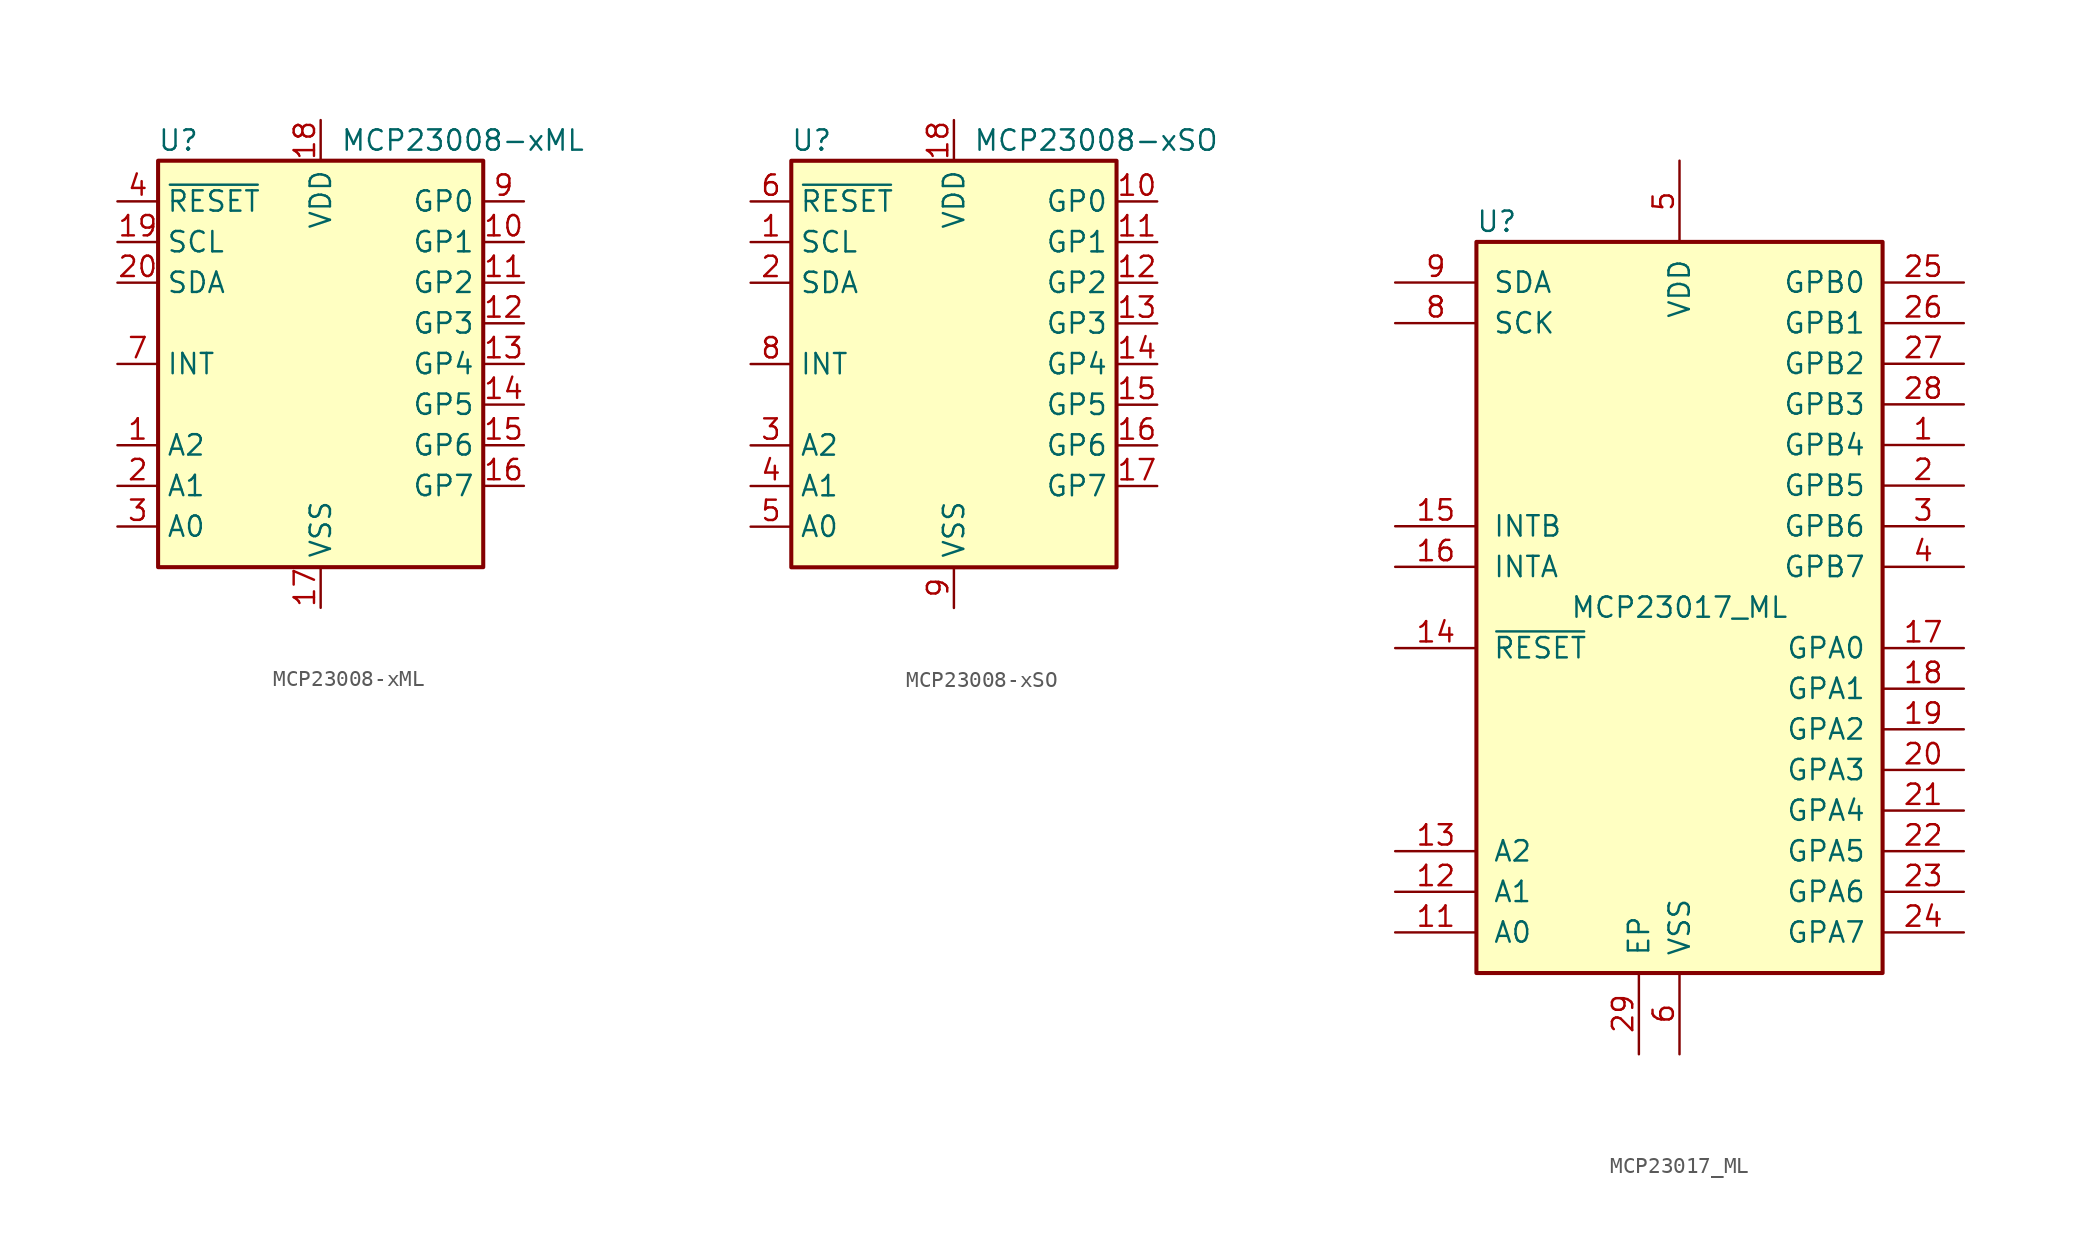
<source format=kicad_sym>
(kicad_symbol_lib
  (version 20200908)
  (generator kicad_symbol_editor)
  (symbol "Interface_Expansion:MCP23008-xML"
    (property "Reference" "U"
      (at -8.89 13.97 0)
      (effects (font (size 1.27 1.27))))
    (property "Value" "MCP23008-xML"
      (at 8.89 13.97 0)
      (effects (font (size 1.27 1.27))))
    (symbol "MCP23008-xML_0_1"
      (rectangle (start -10.16 12.7) (end 10.16 -12.7) (stroke (width 0.254)) (fill (type background))))
    (symbol "MCP23008-xML_1_1"
      (pin input line (at -12.7 -5.08 0) (length 2.54) (name "A2" (effects (font (size 1.27 1.27)))) (number "1" (effects (font (size 1.27 1.27)))))
      (pin bidirectional line (at 12.7 7.62 180) (length 2.54) (name "GP1" (effects (font (size 1.27 1.27)))) (number "10" (effects (font (size 1.27 1.27)))))
      (pin bidirectional line (at 12.7 5.08 180) (length 2.54) (name "GP2" (effects (font (size 1.27 1.27)))) (number "11" (effects (font (size 1.27 1.27)))))
      (pin bidirectional line (at 12.7 2.54 180) (length 2.54) (name "GP3" (effects (font (size 1.27 1.27)))) (number "12" (effects (font (size 1.27 1.27)))))
      (pin bidirectional line (at 12.7 0 180) (length 2.54) (name "GP4" (effects (font (size 1.27 1.27)))) (number "13" (effects (font (size 1.27 1.27)))))
      (pin bidirectional line (at 12.7 -2.54 180) (length 2.54) (name "GP5" (effects (font (size 1.27 1.27)))) (number "14" (effects (font (size 1.27 1.27)))))
      (pin bidirectional line (at 12.7 -5.08 180) (length 2.54) (name "GP6" (effects (font (size 1.27 1.27)))) (number "15" (effects (font (size 1.27 1.27)))))
      (pin bidirectional line (at 12.7 -7.62 180) (length 2.54) (name "GP7" (effects (font (size 1.27 1.27)))) (number "16" (effects (font (size 1.27 1.27)))))
      (pin power_in line (at 0 -15.24 90) (length 2.54) (name "VSS" (effects (font (size 1.27 1.27)))) (number "17" (effects (font (size 1.27 1.27)))))
      (pin power_in line (at 0 15.24 270) (length 2.54) (name "VDD" (effects (font (size 1.27 1.27)))) (number "18" (effects (font (size 1.27 1.27)))))
      (pin input line (at -12.7 7.62 0) (length 2.54) (name "SCL" (effects (font (size 1.27 1.27)))) (number "19" (effects (font (size 1.27 1.27)))))
      (pin input line (at -12.7 -7.62 0) (length 2.54) (name "A1" (effects (font (size 1.27 1.27)))) (number "2" (effects (font (size 1.27 1.27)))))
      (pin bidirectional line (at -12.7 5.08 0) (length 2.54) (name "SDA" (effects (font (size 1.27 1.27)))) (number "20" (effects (font (size 1.27 1.27)))))
      (pin input line (at -12.7 -10.16 0) (length 2.54) (name "A0" (effects (font (size 1.27 1.27)))) (number "3" (effects (font (size 1.27 1.27)))))
      (pin input line (at -12.7 10.16 0) (length 2.54) (name "~RESET" (effects (font (size 1.27 1.27)))) (number "4" (effects (font (size 1.27 1.27)))))
      (pin unconnected line (at -10.16 2.54 0) (length 2.54) hide (name "NC" (effects (font (size 1.27 1.27)))) (number "5" (effects (font (size 1.27 1.27)))))
      (pin unconnected line (at -10.16 -2.54 0) (length 2.54) hide (name "NC" (effects (font (size 1.27 1.27)))) (number "6" (effects (font (size 1.27 1.27)))))
      (pin output line (at -12.7 0 0) (length 2.54) (name "INT" (effects (font (size 1.27 1.27)))) (number "7" (effects (font (size 1.27 1.27)))))
      (pin unconnected line (at 10.16 -10.16 180) (length 2.54) hide (name "NC" (effects (font (size 1.27 1.27)))) (number "8" (effects (font (size 1.27 1.27)))))
      (pin bidirectional line (at 12.7 10.16 180) (length 2.54) (name "GP0" (effects (font (size 1.27 1.27)))) (number "9" (effects (font (size 1.27 1.27)))))))
  (symbol "Interface_Expansion:MCP23008-xSO"
    (property "Reference" "U"
      (at -8.89 13.97 0)
      (effects (font (size 1.27 1.27))))
    (property "Value" "MCP23008-xSO"
      (at 8.89 13.97 0)
      (effects (font (size 1.27 1.27))))
    (symbol "MCP23008-xSO_0_1"
      (rectangle (start -10.16 12.7) (end 10.16 -12.7) (stroke (width 0.254)) (fill (type background))))
    (symbol "MCP23008-xSO_1_1"
      (pin input line (at -12.7 7.62 0) (length 2.54) (name "SCL" (effects (font (size 1.27 1.27)))) (number "1" (effects (font (size 1.27 1.27)))))
      (pin bidirectional line (at 12.7 10.16 180) (length 2.54) (name "GP0" (effects (font (size 1.27 1.27)))) (number "10" (effects (font (size 1.27 1.27)))))
      (pin bidirectional line (at 12.7 7.62 180) (length 2.54) (name "GP1" (effects (font (size 1.27 1.27)))) (number "11" (effects (font (size 1.27 1.27)))))
      (pin bidirectional line (at 12.7 5.08 180) (length 2.54) (name "GP2" (effects (font (size 1.27 1.27)))) (number "12" (effects (font (size 1.27 1.27)))))
      (pin bidirectional line (at 12.7 2.54 180) (length 2.54) (name "GP3" (effects (font (size 1.27 1.27)))) (number "13" (effects (font (size 1.27 1.27)))))
      (pin bidirectional line (at 12.7 0 180) (length 2.54) (name "GP4" (effects (font (size 1.27 1.27)))) (number "14" (effects (font (size 1.27 1.27)))))
      (pin bidirectional line (at 12.7 -2.54 180) (length 2.54) (name "GP5" (effects (font (size 1.27 1.27)))) (number "15" (effects (font (size 1.27 1.27)))))
      (pin bidirectional line (at 12.7 -5.08 180) (length 2.54) (name "GP6" (effects (font (size 1.27 1.27)))) (number "16" (effects (font (size 1.27 1.27)))))
      (pin bidirectional line (at 12.7 -7.62 180) (length 2.54) (name "GP7" (effects (font (size 1.27 1.27)))) (number "17" (effects (font (size 1.27 1.27)))))
      (pin power_in line (at 0 15.24 270) (length 2.54) (name "VDD" (effects (font (size 1.27 1.27)))) (number "18" (effects (font (size 1.27 1.27)))))
      (pin bidirectional line (at -12.7 5.08 0) (length 2.54) (name "SDA" (effects (font (size 1.27 1.27)))) (number "2" (effects (font (size 1.27 1.27)))))
      (pin input line (at -12.7 -5.08 0) (length 2.54) (name "A2" (effects (font (size 1.27 1.27)))) (number "3" (effects (font (size 1.27 1.27)))))
      (pin input line (at -12.7 -7.62 0) (length 2.54) (name "A1" (effects (font (size 1.27 1.27)))) (number "4" (effects (font (size 1.27 1.27)))))
      (pin input line (at -12.7 -10.16 0) (length 2.54) (name "A0" (effects (font (size 1.27 1.27)))) (number "5" (effects (font (size 1.27 1.27)))))
      (pin input line (at -12.7 10.16 0) (length 2.54) (name "~RESET" (effects (font (size 1.27 1.27)))) (number "6" (effects (font (size 1.27 1.27)))))
      (pin unconnected line (at -10.16 -2.54 0) (length 2.54) hide (name "NC" (effects (font (size 1.27 1.27)))) (number "7" (effects (font (size 1.27 1.27)))))
      (pin output line (at -12.7 0 0) (length 2.54) (name "INT" (effects (font (size 1.27 1.27)))) (number "8" (effects (font (size 1.27 1.27)))))
      (pin power_in line (at 0 -15.24 90) (length 2.54) (name "VSS" (effects (font (size 1.27 1.27)))) (number "9" (effects (font (size 1.27 1.27)))))))
  (symbol "Interface_Expansion:MCP23017_ML"
    (pin_names
      (offset 1.016))
    (property "Reference" "U"
      (at -11.43 24.13 0)
      (effects (font (size 1.27 1.27))))
    (property "Value" "MCP23017_ML"
      (at 0 0 0)
      (effects (font (size 1.27 1.27))))
    (symbol "MCP23017_ML_0_1"
      (rectangle (start -12.7 22.86) (end 12.7 -22.86) (stroke (width 0.254)) (fill (type background))))
    (symbol "MCP23017_ML_1_1"
      (pin bidirectional line (at 17.78 10.16 180) (length 5.08) (name "GPB4" (effects (font (size 1.27 1.27)))) (number "1" (effects (font (size 1.27 1.27)))))
      (pin unconnected line (at -12.7 12.7 0) (length 5.08) hide (name "NC" (effects (font (size 1.27 1.27)))) (number "10" (effects (font (size 1.27 1.27)))))
      (pin input line (at -17.78 -20.32 0) (length 5.08) (name "A0" (effects (font (size 1.27 1.27)))) (number "11" (effects (font (size 1.27 1.27)))))
      (pin input line (at -17.78 -17.78 0) (length 5.08) (name "A1" (effects (font (size 1.27 1.27)))) (number "12" (effects (font (size 1.27 1.27)))))
      (pin input line (at -17.78 -15.24 0) (length 5.08) (name "A2" (effects (font (size 1.27 1.27)))) (number "13" (effects (font (size 1.27 1.27)))))
      (pin input line (at -17.78 -2.54 0) (length 5.08) (name "~RESET~" (effects (font (size 1.27 1.27)))) (number "14" (effects (font (size 1.27 1.27)))))
      (pin tri_state line (at -17.78 5.08 0) (length 5.08) (name "INTB" (effects (font (size 1.27 1.27)))) (number "15" (effects (font (size 1.27 1.27)))))
      (pin tri_state line (at -17.78 2.54 0) (length 5.08) (name "INTA" (effects (font (size 1.27 1.27)))) (number "16" (effects (font (size 1.27 1.27)))))
      (pin bidirectional line (at 17.78 -2.54 180) (length 5.08) (name "GPA0" (effects (font (size 1.27 1.27)))) (number "17" (effects (font (size 1.27 1.27)))))
      (pin bidirectional line (at 17.78 -5.08 180) (length 5.08) (name "GPA1" (effects (font (size 1.27 1.27)))) (number "18" (effects (font (size 1.27 1.27)))))
      (pin bidirectional line (at 17.78 -7.62 180) (length 5.08) (name "GPA2" (effects (font (size 1.27 1.27)))) (number "19" (effects (font (size 1.27 1.27)))))
      (pin bidirectional line (at 17.78 7.62 180) (length 5.08) (name "GPB5" (effects (font (size 1.27 1.27)))) (number "2" (effects (font (size 1.27 1.27)))))
      (pin bidirectional line (at 17.78 -10.16 180) (length 5.08) (name "GPA3" (effects (font (size 1.27 1.27)))) (number "20" (effects (font (size 1.27 1.27)))))
      (pin bidirectional line (at 17.78 -12.7 180) (length 5.08) (name "GPA4" (effects (font (size 1.27 1.27)))) (number "21" (effects (font (size 1.27 1.27)))))
      (pin bidirectional line (at 17.78 -15.24 180) (length 5.08) (name "GPA5" (effects (font (size 1.27 1.27)))) (number "22" (effects (font (size 1.27 1.27)))))
      (pin bidirectional line (at 17.78 -17.78 180) (length 5.08) (name "GPA6" (effects (font (size 1.27 1.27)))) (number "23" (effects (font (size 1.27 1.27)))))
      (pin bidirectional line (at 17.78 -20.32 180) (length 5.08) (name "GPA7" (effects (font (size 1.27 1.27)))) (number "24" (effects (font (size 1.27 1.27)))))
      (pin bidirectional line (at 17.78 20.32 180) (length 5.08) (name "GPB0" (effects (font (size 1.27 1.27)))) (number "25" (effects (font (size 1.27 1.27)))))
      (pin bidirectional line (at 17.78 17.78 180) (length 5.08) (name "GPB1" (effects (font (size 1.27 1.27)))) (number "26" (effects (font (size 1.27 1.27)))))
      (pin bidirectional line (at 17.78 15.24 180) (length 5.08) (name "GPB2" (effects (font (size 1.27 1.27)))) (number "27" (effects (font (size 1.27 1.27)))))
      (pin bidirectional line (at 17.78 12.7 180) (length 5.08) (name "GPB3" (effects (font (size 1.27 1.27)))) (number "28" (effects (font (size 1.27 1.27)))))
      (pin passive line (at -2.54 -27.94 90) (length 5.08) (name "EP" (effects (font (size 1.27 1.27)))) (number "29" (effects (font (size 1.27 1.27)))))
      (pin bidirectional line (at 17.78 5.08 180) (length 5.08) (name "GPB6" (effects (font (size 1.27 1.27)))) (number "3" (effects (font (size 1.27 1.27)))))
      (pin bidirectional line (at 17.78 2.54 180) (length 5.08) (name "GPB7" (effects (font (size 1.27 1.27)))) (number "4" (effects (font (size 1.27 1.27)))))
      (pin power_in line (at 0 27.94 270) (length 5.08) (name "VDD" (effects (font (size 1.27 1.27)))) (number "5" (effects (font (size 1.27 1.27)))))
      (pin power_in line (at 0 -27.94 90) (length 5.08) (name "VSS" (effects (font (size 1.27 1.27)))) (number "6" (effects (font (size 1.27 1.27)))))
      (pin unconnected line (at -12.7 15.24 0) (length 5.08) hide (name "NC" (effects (font (size 1.27 1.27)))) (number "7" (effects (font (size 1.27 1.27)))))
      (pin input line (at -17.78 17.78 0) (length 5.08) (name "SCK" (effects (font (size 1.27 1.27)))) (number "8" (effects (font (size 1.27 1.27)))))
      (pin bidirectional line (at -17.78 20.32 0) (length 5.08) (name "SDA" (effects (font (size 1.27 1.27)))) (number "9" (effects (font (size 1.27 1.27))))))))
</source>
